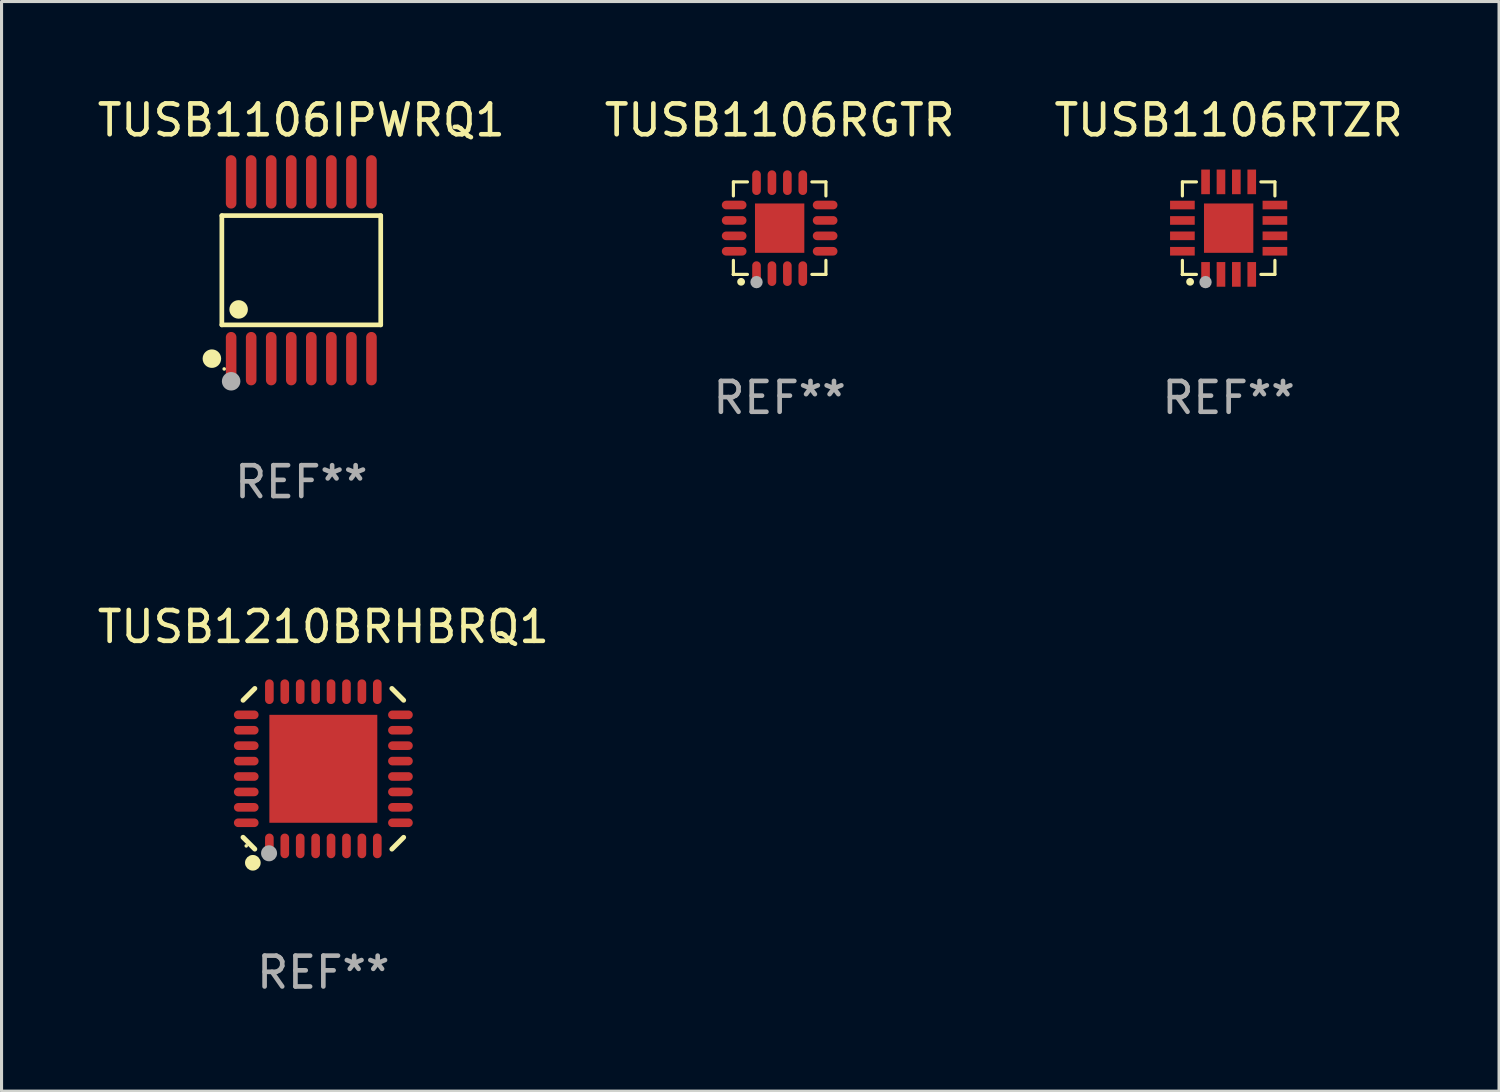
<source format=kicad_pcb>
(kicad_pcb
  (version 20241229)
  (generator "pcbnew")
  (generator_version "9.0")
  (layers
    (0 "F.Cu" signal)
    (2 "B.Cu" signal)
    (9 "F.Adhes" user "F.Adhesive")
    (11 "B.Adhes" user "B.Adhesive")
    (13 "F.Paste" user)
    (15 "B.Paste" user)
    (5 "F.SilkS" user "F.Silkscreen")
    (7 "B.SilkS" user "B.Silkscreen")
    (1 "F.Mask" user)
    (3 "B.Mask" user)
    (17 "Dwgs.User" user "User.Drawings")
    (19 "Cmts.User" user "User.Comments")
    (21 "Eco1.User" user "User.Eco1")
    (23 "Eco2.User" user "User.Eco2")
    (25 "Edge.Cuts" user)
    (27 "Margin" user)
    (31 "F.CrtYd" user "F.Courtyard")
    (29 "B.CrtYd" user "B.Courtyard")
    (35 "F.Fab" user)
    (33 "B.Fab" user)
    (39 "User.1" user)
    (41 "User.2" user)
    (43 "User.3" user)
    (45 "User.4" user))
  (footprint "TUSB1106RGTR"
    (layer "F.Cu")
    (at 22.232 4.348)
    (property "Reference" "TUSB1106RGTR" (at 0 -3.5 0) (layer "F.SilkS") (effects (font (size 1 1) (thickness 0.15))))
    (attr through_hole)
    (fp_line (start -1.5 -1.5) (end -1.5 -1.044) (stroke (width 0.102) (type solid)) (layer "F.SilkS"))
    (fp_line (start -1.5 -1.5) (end -1.044 -1.5) (stroke (width 0.102) (type solid)) (layer "F.SilkS"))
    (fp_line (start -1.5 1.044) (end -1.5 1.5) (stroke (width 0.102) (type solid)) (layer "F.SilkS"))
    (fp_line (start -1.5 1.5) (end -1.044 1.5) (stroke (width 0.102) (type solid)) (layer "F.SilkS"))
    (fp_line (start 1.044 -1.5) (end 1.5 -1.5) (stroke (width 0.102) (type solid)) (layer "F.SilkS"))
    (fp_line (start 1.044 1.5) (end 1.5 1.5) (stroke (width 0.102) (type solid)) (layer "F.SilkS"))
    (fp_line (start 1.5 -1.044) (end 1.5 -1.5) (stroke (width 0.102) (type solid)) (layer "F.SilkS"))
    (fp_line (start 1.5 1.5) (end 1.5 1.044) (stroke (width 0.102) (type solid)) (layer "F.SilkS"))
    (fp_arc (start -1.251257 1.740056) (mid -1.249987 1.739985) (end -1.248717 1.740056) (stroke (width 0.25) (type solid)) (layer "F.SilkS"))
    (fp_circle (center -1.5 1.5) (end -1.47 1.5) (stroke (width 0.06) (type solid)) (fill no) (layer "F.SilkS"))
    (fp_circle (center -0.75 1.75) (end -0.65 1.75) (stroke (width 0.2) (type solid)) (fill no) (layer "F.Fab"))
    (fp_text user "REF**" (at 0 5.5 0) (layer "F.Fab") (effects (font (size 1 1) (thickness 0.15))))
    (pad "1" smd oval (at -0.75 1.475 180) (size 0.28 0.8) (layers "F.Cu" "F.Mask" "F.Paste"))
    (pad "2" smd oval (at -0.25 1.475 180) (size 0.28 0.8) (layers "F.Cu" "F.Mask" "F.Paste"))
    (pad "3" smd oval (at 0.25 1.475 180) (size 0.28 0.8) (layers "F.Cu" "F.Mask" "F.Paste"))
    (pad "4" smd oval (at 0.75 1.475 180) (size 0.28 0.8) (layers "F.Cu" "F.Mask" "F.Paste"))
    (pad "5" smd oval (at 1.475 0.75 90) (size 0.28 0.8) (layers "F.Cu" "F.Mask" "F.Paste"))
    (pad "6" smd oval (at 1.475 0.25 90) (size 0.28 0.8) (layers "F.Cu" "F.Mask" "F.Paste"))
    (pad "7" smd oval (at 1.475 -0.25 90) (size 0.28 0.8) (layers "F.Cu" "F.Mask" "F.Paste"))
    (pad "8" smd oval (at 1.475 -0.75 90) (size 0.28 0.8) (layers "F.Cu" "F.Mask" "F.Paste"))
    (pad "9" smd oval (at 0.75 -1.475 180) (size 0.28 0.8) (layers "F.Cu" "F.Mask" "F.Paste"))
    (pad "10" smd oval (at 0.25 -1.475 180) (size 0.28 0.8) (layers "F.Cu" "F.Mask" "F.Paste"))
    (pad "11" smd oval (at -0.25 -1.475 180) (size 0.28 0.8) (layers "F.Cu" "F.Mask" "F.Paste"))
    (pad "12" smd oval (at -0.75 -1.475 180) (size 0.28 0.8) (layers "F.Cu" "F.Mask" "F.Paste"))
    (pad "13" smd oval (at -1.475 -0.75 90) (size 0.28 0.8) (layers "F.Cu" "F.Mask" "F.Paste"))
    (pad "14" smd oval (at -1.475 -0.25 90) (size 0.28 0.8) (layers "F.Cu" "F.Mask" "F.Paste"))
    (pad "15" smd oval (at -1.475 0.25 90) (size 0.28 0.8) (layers "F.Cu" "F.Mask" "F.Paste"))
    (pad "16" smd oval (at -1.475 0.75 90) (size 0.28 0.8) (layers "F.Cu" "F.Mask" "F.Paste"))
    (pad "17" smd rect (at 0.000127 0.000178) (size 1.6 1.6) (layers "F.Cu" "F.Mask" "F.Paste")))
  (footprint "TUSB1106IPWRQ1"
    (layer "F.Cu")
    (at 6.72 5.714)
    (property "Reference" "TUSB1106IPWRQ1" (at 0 -4.866 0) (layer "F.SilkS") (effects (font (size 1 1) (thickness 0.15))))
    (attr through_hole)
    (fp_line (start -2.576 -1.772) (end 2.576 -1.772) (stroke (width 0.152) (type solid)) (layer "F.SilkS"))
    (fp_line (start -2.576 1.771) (end -2.576 -1.772) (stroke (width 0.152) (type solid)) (layer "F.SilkS"))
    (fp_line (start 2.576 -1.772) (end 2.576 1.771) (stroke (width 0.152) (type solid)) (layer "F.SilkS"))
    (fp_line (start 2.576 1.771) (end -2.576 1.771) (stroke (width 0.152) (type solid)) (layer "F.SilkS"))
    (fp_circle (center -2.899 2.866) (end -2.749 2.866) (stroke (width 0.3) (type solid)) (fill no) (layer "F.SilkS"))
    (fp_circle (center -2.5 3.2) (end -2.47 3.2) (stroke (width 0.06) (type solid)) (fill no) (layer "F.SilkS"))
    (fp_circle (center -2.032 1.27) (end -1.882 1.27) (stroke (width 0.3) (type solid)) (fill no) (layer "F.SilkS"))
    (fp_circle (center -2.275 3.6) (end -2.125 3.6) (stroke (width 0.3) (type solid)) (fill no) (layer "F.Fab"))
    (fp_text user "REF**" (at 0 6.866 0) (layer "F.Fab") (effects (font (size 1 1) (thickness 0.15))))
    (pad "1" smd oval (at -2.275 2.866) (size 0.343 1.731) (layers "F.Cu" "F.Mask" "F.Paste"))
    (pad "2" smd oval (at -1.625 2.866) (size 0.343 1.731) (layers "F.Cu" "F.Mask" "F.Paste"))
    (pad "3" smd oval (at -0.975 2.866) (size 0.343 1.731) (layers "F.Cu" "F.Mask" "F.Paste"))
    (pad "4" smd oval (at -0.325 2.866) (size 0.343 1.731) (layers "F.Cu" "F.Mask" "F.Paste"))
    (pad "5" smd oval (at 0.325 2.866) (size 0.343 1.731) (layers "F.Cu" "F.Mask" "F.Paste"))
    (pad "6" smd oval (at 0.975 2.866) (size 0.343 1.731) (layers "F.Cu" "F.Mask" "F.Paste"))
    (pad "7" smd oval (at 1.625 2.866) (size 0.343 1.731) (layers "F.Cu" "F.Mask" "F.Paste"))
    (pad "8" smd oval (at 2.275 2.866) (size 0.343 1.731) (layers "F.Cu" "F.Mask" "F.Paste"))
    (pad "9" smd oval (at 2.275 -2.866) (size 0.343 1.731) (layers "F.Cu" "F.Mask" "F.Paste"))
    (pad "10" smd oval (at 1.625 -2.866) (size 0.343 1.731) (layers "F.Cu" "F.Mask" "F.Paste"))
    (pad "11" smd oval (at 0.975 -2.866) (size 0.343 1.731) (layers "F.Cu" "F.Mask" "F.Paste"))
    (pad "12" smd oval (at 0.325 -2.866) (size 0.343 1.731) (layers "F.Cu" "F.Mask" "F.Paste"))
    (pad "13" smd oval (at -0.325 -2.866) (size 0.343 1.731) (layers "F.Cu" "F.Mask" "F.Paste"))
    (pad "14" smd oval (at -0.975 -2.866) (size 0.343 1.731) (layers "F.Cu" "F.Mask" "F.Paste"))
    (pad "15" smd oval (at -1.625 -2.866) (size 0.343 1.731) (layers "F.Cu" "F.Mask" "F.Paste"))
    (pad "16" smd oval (at -2.275 -2.866) (size 0.343 1.731) (layers "F.Cu" "F.Mask" "F.Paste")))
  (footprint "TUSB1106RTZR"
    (layer "F.Cu")
    (at 36.792 4.348)
    (property "Reference" "TUSB1106RTZR" (at 0 -3.5 0) (layer "F.SilkS") (effects (font (size 1 1) (thickness 0.15))))
    (attr through_hole)
    (fp_line (start -1.5 -1.5) (end -1.5 -1.044) (stroke (width 0.102) (type solid)) (layer "F.SilkS"))
    (fp_line (start -1.5 -1.5) (end -1.044 -1.5) (stroke (width 0.102) (type solid)) (layer "F.SilkS"))
    (fp_line (start -1.5 1.044) (end -1.5 1.5) (stroke (width 0.102) (type solid)) (layer "F.SilkS"))
    (fp_line (start -1.5 1.5) (end -1.044 1.5) (stroke (width 0.102) (type solid)) (layer "F.SilkS"))
    (fp_line (start 1.044 -1.5) (end 1.5 -1.5) (stroke (width 0.102) (type solid)) (layer "F.SilkS"))
    (fp_line (start 1.044 1.5) (end 1.5 1.5) (stroke (width 0.102) (type solid)) (layer "F.SilkS"))
    (fp_line (start 1.5 -1.044) (end 1.5 -1.5) (stroke (width 0.102) (type solid)) (layer "F.SilkS"))
    (fp_line (start 1.5 1.5) (end 1.5 1.044) (stroke (width 0.102) (type solid)) (layer "F.SilkS"))
    (fp_arc (start -1.251384 1.74003) (mid -1.250114 1.739959) (end -1.248844 1.74003) (stroke (width 0.25) (type solid)) (layer "F.SilkS"))
    (fp_circle (center -1.5 1.5) (end -1.47 1.5) (stroke (width 0.06) (type solid)) (fill no) (layer "F.SilkS"))
    (fp_circle (center -0.75 1.75) (end -0.65 1.75) (stroke (width 0.2) (type solid)) (fill no) (layer "F.Fab"))
    (fp_text user "REF**" (at 0 5.5 0) (layer "F.Fab") (effects (font (size 1 1) (thickness 0.15))))
    (pad "1" smd rect (at -0.749 1.5) (size 0.28 0.8) (layers "F.Cu" "F.Mask" "F.Paste"))
    (pad "2" smd rect (at -0.249 1.5) (size 0.28 0.8) (layers "F.Cu" "F.Mask" "F.Paste"))
    (pad "3" smd rect (at 0.249 1.5) (size 0.28 0.8) (layers "F.Cu" "F.Mask" "F.Paste"))
    (pad "4" smd rect (at 0.749 1.5) (size 0.28 0.8) (layers "F.Cu" "F.Mask" "F.Paste"))
    (pad "5" smd rect (at 1.5 0.749) (size 0.8 0.28) (layers "F.Cu" "F.Mask" "F.Paste"))
    (pad "6" smd rect (at 1.5 0.249) (size 0.8 0.28) (layers "F.Cu" "F.Mask" "F.Paste"))
    (pad "7" smd rect (at 1.5 -0.249) (size 0.8 0.28) (layers "F.Cu" "F.Mask" "F.Paste"))
    (pad "8" smd rect (at 1.5 -0.749) (size 0.8 0.28) (layers "F.Cu" "F.Mask" "F.Paste"))
    (pad "9" smd rect (at 0.749 -1.5) (size 0.28 0.8) (layers "F.Cu" "F.Mask" "F.Paste"))
    (pad "10" smd rect (at 0.249 -1.5) (size 0.28 0.8) (layers "F.Cu" "F.Mask" "F.Paste"))
    (pad "11" smd rect (at -0.249 -1.5) (size 0.28 0.8) (layers "F.Cu" "F.Mask" "F.Paste"))
    (pad "12" smd rect (at -0.749 -1.5) (size 0.28 0.8) (layers "F.Cu" "F.Mask" "F.Paste"))
    (pad "13" smd rect (at -1.5 -0.749) (size 0.8 0.28) (layers "F.Cu" "F.Mask" "F.Paste"))
    (pad "14" smd rect (at -1.5 -0.249) (size 0.8 0.28) (layers "F.Cu" "F.Mask" "F.Paste"))
    (pad "15" smd rect (at -1.5 0.249) (size 0.8 0.28) (layers "F.Cu" "F.Mask" "F.Paste"))
    (pad "16" smd rect (at -1.5 0.749) (size 0.8 0.28) (layers "F.Cu" "F.Mask" "F.Paste"))
    (pad "17" smd rect (at 0 0.000152 90) (size 1.6 1.6) (layers "F.Cu" "F.Mask" "F.Paste")))
  (footprint "TUSB1210BRHBRQ1"
    (layer "F.Cu")
    (at 7.435 21.88)
    (property "Reference" "TUSB1210BRHBRQ1" (at 0 -4.604 0) (layer "F.SilkS") (effects (font (size 1 1) (thickness 0.15))))
    (attr through_hole)
    (fp_line (start -2.223 2.603) (end -2.604 2.222) (stroke (width 0.16) (type solid)) (layer "F.SilkS"))
    (fp_line (start -2.222 -2.604) (end -2.603 -2.223) (stroke (width 0.16) (type solid)) (layer "F.SilkS"))
    (fp_line (start 2.223 -2.604) (end 2.604 -2.223) (stroke (width 0.16) (type solid)) (layer "F.SilkS"))
    (fp_line (start 2.604 2.223) (end 2.223 2.604) (stroke (width 0.16) (type solid)) (layer "F.SilkS"))
    (fp_circle (center -2.5 2.5) (end -2.47 2.5) (stroke (width 0.06) (type solid)) (fill no) (layer "F.SilkS"))
    (fp_circle (center -2.286 3.048) (end -2.159 3.048) (stroke (width 0.254) (type solid)) (fill no) (layer "F.SilkS"))
    (fp_circle (center -1.76 2.74) (end -1.63 2.74) (stroke (width 0.26) (type solid)) (fill no) (layer "F.Fab"))
    (fp_text user "REF**" (at 0 6.604 0) (layer "F.Fab") (effects (font (size 1 1) (thickness 0.15))))
    (pad "1" smd oval (at -1.75 2.5) (size 0.28 0.8) (layers "F.Cu" "F.Mask" "F.Paste"))
    (pad "2" smd oval (at -1.25 2.5) (size 0.28 0.8) (layers "F.Cu" "F.Mask" "F.Paste"))
    (pad "3" smd oval (at -0.75 2.5) (size 0.28 0.8) (layers "F.Cu" "F.Mask" "F.Paste"))
    (pad "4" smd oval (at -0.25 2.5) (size 0.28 0.8) (layers "F.Cu" "F.Mask" "F.Paste"))
    (pad "5" smd oval (at 0.25 2.5) (size 0.28 0.8) (layers "F.Cu" "F.Mask" "F.Paste"))
    (pad "6" smd oval (at 0.75 2.5) (size 0.28 0.8) (layers "F.Cu" "F.Mask" "F.Paste"))
    (pad "7" smd oval (at 1.25 2.5) (size 0.28 0.8) (layers "F.Cu" "F.Mask" "F.Paste"))
    (pad "8" smd oval (at 1.75 2.5) (size 0.28 0.8) (layers "F.Cu" "F.Mask" "F.Paste"))
    (pad "9" smd oval (at 2.5 1.75) (size 0.8 0.28) (layers "F.Cu" "F.Mask" "F.Paste"))
    (pad "10" smd oval (at 2.5 1.25) (size 0.8 0.28) (layers "F.Cu" "F.Mask" "F.Paste"))
    (pad "11" smd oval (at 2.5 0.75) (size 0.8 0.28) (layers "F.Cu" "F.Mask" "F.Paste"))
    (pad "12" smd oval (at 2.5 0.25) (size 0.8 0.28) (layers "F.Cu" "F.Mask" "F.Paste"))
    (pad "13" smd oval (at 2.5 -0.25) (size 0.8 0.28) (layers "F.Cu" "F.Mask" "F.Paste"))
    (pad "14" smd oval (at 2.5 -0.75) (size 0.8 0.28) (layers "F.Cu" "F.Mask" "F.Paste"))
    (pad "15" smd oval (at 2.5 -1.25) (size 0.8 0.28) (layers "F.Cu" "F.Mask" "F.Paste"))
    (pad "16" smd oval (at 2.5 -1.75) (size 0.8 0.28) (layers "F.Cu" "F.Mask" "F.Paste"))
    (pad "17" smd oval (at 1.75 -2.5) (size 0.28 0.8) (layers "F.Cu" "F.Mask" "F.Paste"))
    (pad "18" smd oval (at 1.25 -2.5) (size 0.28 0.8) (layers "F.Cu" "F.Mask" "F.Paste"))
    (pad "19" smd oval (at 0.75 -2.5) (size 0.28 0.8) (layers "F.Cu" "F.Mask" "F.Paste"))
    (pad "20" smd oval (at 0.25 -2.5) (size 0.28 0.8) (layers "F.Cu" "F.Mask" "F.Paste"))
    (pad "21" smd oval (at -0.25 -2.5) (size 0.28 0.8) (layers "F.Cu" "F.Mask" "F.Paste"))
    (pad "22" smd oval (at -0.75 -2.5) (size 0.28 0.8) (layers "F.Cu" "F.Mask" "F.Paste"))
    (pad "23" smd oval (at -1.25 -2.5) (size 0.28 0.8) (layers "F.Cu" "F.Mask" "F.Paste"))
    (pad "24" smd oval (at -1.75 -2.5) (size 0.28 0.8) (layers "F.Cu" "F.Mask" "F.Paste"))
    (pad "25" smd oval (at -2.5 -1.75) (size 0.8 0.28) (layers "F.Cu" "F.Mask" "F.Paste"))
    (pad "26" smd oval (at -2.5 -1.25) (size 0.8 0.28) (layers "F.Cu" "F.Mask" "F.Paste"))
    (pad "27" smd oval (at -2.5 -0.75) (size 0.8 0.28) (layers "F.Cu" "F.Mask" "F.Paste"))
    (pad "28" smd oval (at -2.5 -0.25) (size 0.8 0.28) (layers "F.Cu" "F.Mask" "F.Paste"))
    (pad "29" smd oval (at -2.5 0.25) (size 0.8 0.28) (layers "F.Cu" "F.Mask" "F.Paste"))
    (pad "30" smd oval (at -2.5 0.75) (size 0.8 0.28) (layers "F.Cu" "F.Mask" "F.Paste"))
    (pad "31" smd oval (at -2.5 1.25) (size 0.8 0.28) (layers "F.Cu" "F.Mask" "F.Paste"))
    (pad "32" smd oval (at -2.5 1.75) (size 0.8 0.28) (layers "F.Cu" "F.Mask" "F.Paste"))
    (pad "33" smd rect (at 0.000038 -0.000025) (size 3.5 3.5) (layers "F.Cu" "F.Mask" "F.Paste")))
  (gr_rect
    (start -3 -3)
    (end 45.56 32.332)
    (stroke (width 0.1) (type default))
    (fill no)
    (layer "Edge.Cuts")))
</source>
